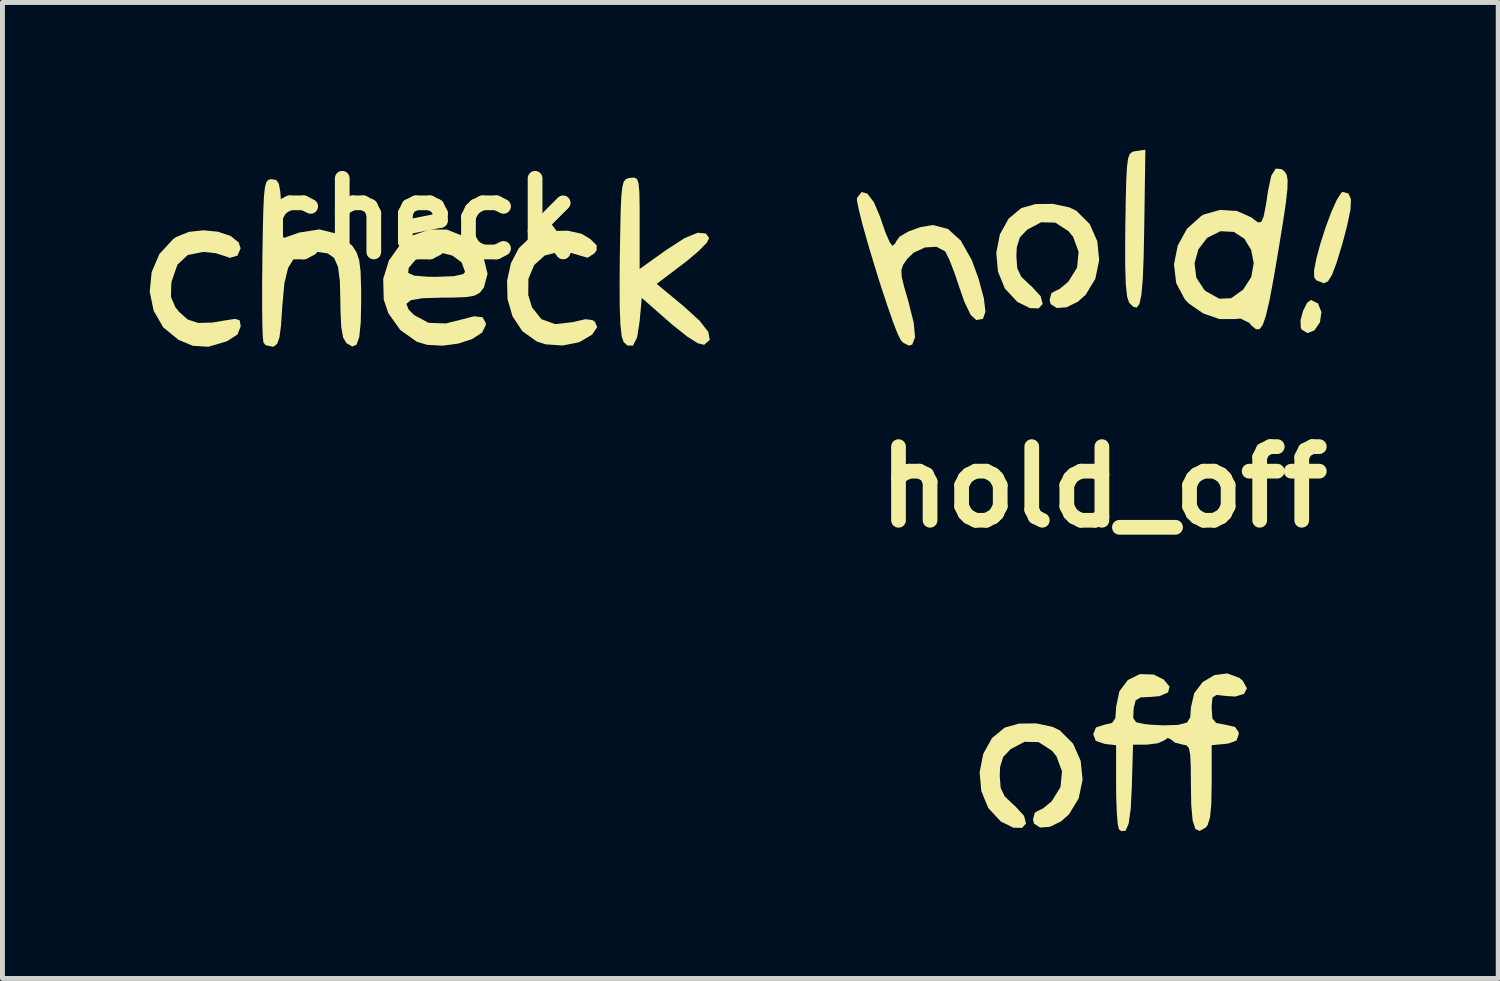
<source format=kicad_pcb>
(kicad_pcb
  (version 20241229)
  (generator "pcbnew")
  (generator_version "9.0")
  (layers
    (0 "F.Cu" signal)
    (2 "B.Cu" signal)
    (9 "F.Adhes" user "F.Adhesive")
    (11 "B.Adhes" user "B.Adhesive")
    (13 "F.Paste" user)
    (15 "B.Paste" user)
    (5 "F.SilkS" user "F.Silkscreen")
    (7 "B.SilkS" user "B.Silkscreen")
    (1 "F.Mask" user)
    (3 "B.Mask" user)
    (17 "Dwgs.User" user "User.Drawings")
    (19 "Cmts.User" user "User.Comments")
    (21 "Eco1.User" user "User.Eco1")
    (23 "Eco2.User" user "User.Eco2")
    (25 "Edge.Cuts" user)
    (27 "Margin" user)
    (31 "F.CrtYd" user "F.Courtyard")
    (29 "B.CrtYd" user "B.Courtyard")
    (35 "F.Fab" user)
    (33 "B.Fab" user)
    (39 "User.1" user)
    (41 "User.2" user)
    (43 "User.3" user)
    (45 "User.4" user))
  (footprint "hold_off"
    (layer "F.Cu")
    (at 19.432 6.87)
    (property "Reference" "hold_off" (at 0 0 0) (layer "F.SilkS") (effects (font (size 1.5 1.5) (thickness 0.3))))
    (attr board_only exclude_from_pos_files exclude_from_bom)
    (fp_poly (pts (xy 4.367 -3.739) (xy 4.436 -3.565) (xy 4.407 -3.355) (xy 4.293 -3.189) (xy 4.152 -3.134) (xy 4.035 -3.206) (xy 4.016 -3.245) (xy 4.011 -3.397) (xy 4.063 -3.59) (xy 4.144 -3.751) (xy 4.221 -3.81)) (stroke (width 0) (type solid)) (fill yes) (layer "F.SilkS"))
    (fp_poly (pts (xy 4.986 -5.978) (xy 5.038 -5.864) (xy 5.028 -5.649) (xy 4.958 -5.312) (xy 4.864 -4.959) (xy 4.746 -4.569) (xy 4.652 -4.32) (xy 4.569 -4.188) (xy 4.487 -4.149) (xy 4.485 -4.149) (xy 4.333 -4.21) (xy 4.289 -4.271) (xy 4.287 -4.417) (xy 4.336 -4.665) (xy 4.42 -4.973) (xy 4.526 -5.301) (xy 4.641 -5.608) (xy 4.751 -5.852) (xy 4.841 -5.993) (xy 4.874 -6.011)) (stroke (width 0) (type solid)) (fill yes) (layer "F.SilkS"))
    (fp_poly (pts (xy 0.827 -5.284) (xy 0.815 -4.679) (xy 0.797 -4.229) (xy 0.77 -3.918) (xy 0.73 -3.731) (xy 0.675 -3.654) (xy 0.602 -3.671) (xy 0.519 -3.755) (xy 0.479 -3.872) (xy 0.452 -4.119) (xy 0.439 -4.507) (xy 0.439 -5.048) (xy 0.442 -5.345) (xy 0.451 -5.876) (xy 0.461 -6.261) (xy 0.476 -6.524) (xy 0.498 -6.69) (xy 0.532 -6.783) (xy 0.58 -6.825) (xy 0.646 -6.841) (xy 0.658 -6.843) (xy 0.85 -6.87)) (stroke (width 0) (type solid)) (fill yes) (layer "F.SilkS"))
    (fp_poly (pts (xy -1.039 4.887) (xy -0.894 4.958) (xy -0.623 5.228) (xy -0.468 5.578) (xy -0.429 5.964) (xy -0.508 6.342) (xy -0.705 6.668) (xy -0.865 6.811) (xy -1.096 6.923) (xy -1.295 6.938) (xy -1.419 6.857) (xy -1.439 6.773) (xy -1.402 6.636) (xy -1.351 6.604) (xy -1.236 6.549) (xy -1.073 6.415) (xy -1.054 6.396) (xy -0.879 6.113) (xy -0.848 5.793) (xy -0.961 5.487) (xy -1.054 5.372) (xy -1.324 5.198) (xy -1.611 5.191) (xy -1.894 5.34) (xy -2.045 5.498) (xy -2.108 5.7) (xy -2.117 5.882) (xy -2.098 6.13) (xy -2.016 6.302) (xy -1.831 6.478) (xy -1.807 6.497) (xy -1.622 6.698) (xy -1.581 6.855) (xy -1.661 6.945) (xy -1.838 6.941) (xy -2.089 6.817) (xy -2.098 6.811) (xy -2.35 6.541) (xy -2.492 6.194) (xy -2.526 5.812) (xy -2.453 5.438) (xy -2.275 5.117) (xy -2.018 4.903) (xy -1.727 4.82) (xy -1.372 4.816)) (stroke (width 0) (type solid)) (fill yes) (layer "F.SilkS"))
    (fp_poly (pts (xy -0.7 -5.696) (xy -0.555 -5.626) (xy -0.284 -5.356) (xy -0.129 -5.005) (xy -0.091 -4.619) (xy -0.169 -4.241) (xy -0.366 -3.915) (xy -0.526 -3.773) (xy -0.757 -3.66) (xy -0.956 -3.646) (xy -1.08 -3.726) (xy -1.101 -3.81) (xy -1.064 -3.948) (xy -1.012 -3.979) (xy -0.897 -4.034) (xy -0.734 -4.169) (xy -0.716 -4.187) (xy -0.541 -4.47) (xy -0.51 -4.79) (xy -0.622 -5.096) (xy -0.716 -5.211) (xy -0.985 -5.385) (xy -1.272 -5.392) (xy -1.555 -5.243) (xy -1.706 -5.085) (xy -1.769 -4.883) (xy -1.778 -4.701) (xy -1.759 -4.454) (xy -1.677 -4.281) (xy -1.492 -4.105) (xy -1.468 -4.086) (xy -1.283 -3.886) (xy -1.242 -3.728) (xy -1.323 -3.638) (xy -1.5 -3.643) (xy -1.75 -3.766) (xy -1.76 -3.773) (xy -2.012 -4.042) (xy -2.153 -4.389) (xy -2.187 -4.771) (xy -2.114 -5.145) (xy -1.936 -5.466) (xy -1.679 -5.68) (xy -1.388 -5.763) (xy -1.034 -5.767)) (stroke (width 0) (type solid)) (fill yes) (layer "F.SilkS"))
    (fp_poly (pts (xy -4.812 -5.975) (xy -4.681 -5.803) (xy -4.554 -5.504) (xy -4.533 -5.44) (xy -4.439 -5.17) (xy -4.355 -4.98) (xy -4.3 -4.911) (xy -4.235 -4.975) (xy -4.233 -4.993) (xy -4.159 -5.098) (xy -3.974 -5.206) (xy -3.734 -5.293) (xy -3.496 -5.333) (xy -3.469 -5.334) (xy -3.171 -5.256) (xy -2.911 -5.02) (xy -2.686 -4.622) (xy -2.55 -4.25) (xy -2.439 -3.84) (xy -2.408 -3.568) (xy -2.459 -3.425) (xy -2.592 -3.401) (xy -2.597 -3.402) (xy -2.709 -3.505) (xy -2.838 -3.775) (xy -2.935 -4.054) (xy -3.042 -4.371) (xy -3.144 -4.632) (xy -3.222 -4.788) (xy -3.231 -4.8) (xy -3.406 -4.893) (xy -3.641 -4.879) (xy -3.874 -4.77) (xy -4.002 -4.645) (xy -4.083 -4.527) (xy -4.12 -4.421) (xy -4.113 -4.281) (xy -4.06 -4.062) (xy -3.978 -3.782) (xy -3.868 -3.343) (xy -3.842 -3.049) (xy -3.899 -2.9) (xy -3.966 -2.879) (xy -4.082 -2.937) (xy -4.128 -2.985) (xy -4.195 -3.116) (xy -4.294 -3.372) (xy -4.414 -3.717) (xy -4.547 -4.12) (xy -4.68 -4.548) (xy -4.805 -4.966) (xy -4.911 -5.343) (xy -4.987 -5.645) (xy -5.025 -5.839) (xy -5.024 -5.889) (xy -4.93 -6.008)) (stroke (width 0) (type solid)) (fill yes) (layer "F.SilkS"))
    (fp_poly (pts (xy 3.625 -6.475) (xy 3.69 -6.422) (xy 3.73 -6.357) (xy 3.748 -6.247) (xy 3.743 -6.067) (xy 3.713 -5.794) (xy 3.655 -5.402) (xy 3.568 -4.869) (xy 3.566 -4.855) (xy 3.464 -4.256) (xy 3.38 -3.808) (xy 3.308 -3.496) (xy 3.242 -3.303) (xy 3.176 -3.214) (xy 3.103 -3.213) (xy 3.016 -3.284) (xy 2.964 -3.344) (xy 2.79 -3.431) (xy 2.662 -3.42) (xy 2.361 -3.42) (xy 2.031 -3.534) (xy 1.736 -3.736) (xy 1.654 -3.822) (xy 1.478 -4.153) (xy 1.433 -4.532) (xy 1.437 -4.554) (xy 1.852 -4.554) (xy 1.888 -4.264) (xy 2.049 -4.016) (xy 2.086 -3.985) (xy 2.355 -3.835) (xy 2.597 -3.845) (xy 2.84 -4.018) (xy 2.84 -4.018) (xy 3.007 -4.275) (xy 3.057 -4.559) (xy 3.004 -4.833) (xy 2.865 -5.058) (xy 2.652 -5.196) (xy 2.382 -5.21) (xy 2.378 -5.209) (xy 2.108 -5.074) (xy 1.929 -4.84) (xy 1.852 -4.554) (xy 1.437 -4.554) (xy 1.509 -4.916) (xy 1.697 -5.26) (xy 1.987 -5.52) (xy 2.041 -5.551) (xy 2.369 -5.644) (xy 2.716 -5.622) (xy 3.009 -5.492) (xy 3.051 -5.458) (xy 3.144 -5.389) (xy 3.209 -5.398) (xy 3.259 -5.509) (xy 3.306 -5.746) (xy 3.349 -6.034) (xy 3.415 -6.341) (xy 3.505 -6.486)) (stroke (width 0) (type solid)) (fill yes) (layer "F.SilkS"))
    (fp_poly (pts (xy 2.769 3.891) (xy 2.833 3.946) (xy 2.919 4.1) (xy 2.86 4.215) (xy 2.681 4.269) (xy 2.492 4.258) (xy 2.299 4.237) (xy 2.218 4.289) (xy 2.201 4.456) (xy 2.201 4.513) (xy 2.216 4.717) (xy 2.292 4.808) (xy 2.476 4.842) (xy 2.477 4.842) (xy 2.676 4.888) (xy 2.749 4.993) (xy 2.752 5.038) (xy 2.707 5.165) (xy 2.548 5.225) (xy 2.477 5.234) (xy 2.201 5.26) (xy 2.201 6.049) (xy 2.193 6.461) (xy 2.167 6.733) (xy 2.118 6.89) (xy 2.078 6.94) (xy 1.954 7.008) (xy 1.868 6.965) (xy 1.813 6.795) (xy 1.785 6.485) (xy 1.778 6.091) (xy 1.775 5.707) (xy 1.764 5.461) (xy 1.738 5.323) (xy 1.69 5.263) (xy 1.616 5.249) (xy 1.614 5.249) (xy 1.449 5.207) (xy 1.392 5.157) (xy 1.308 5.111) (xy 1.244 5.157) (xy 1.1 5.222) (xy 0.88 5.249) (xy 0.875 5.249) (xy 0.599 5.249) (xy 0.574 6.11) (xy 0.551 6.562) (xy 0.51 6.856) (xy 0.448 7.003) (xy 0.361 7.011) (xy 0.312 6.973) (xy 0.287 6.868) (xy 0.268 6.634) (xy 0.256 6.31) (xy 0.254 6.088) (xy 0.254 5.261) (xy 0.021 5.234) (xy -0.16 5.172) (xy -0.212 5.038) (xy -0.156 4.899) (xy 0.021 4.842) (xy 0.172 4.806) (xy 0.239 4.71) (xy 0.254 4.502) (xy 0.254 4.482) (xy 0.32 4.164) (xy 0.493 3.933) (xy 0.737 3.812) (xy 1.016 3.82) (xy 1.223 3.923) (xy 1.344 4.067) (xy 1.311 4.186) (xy 1.138 4.261) (xy 0.966 4.276) (xy 0.751 4.287) (xy 0.651 4.349) (xy 0.613 4.5) (xy 0.609 4.541) (xy 0.604 4.709) (xy 0.662 4.792) (xy 0.825 4.829) (xy 0.944 4.842) (xy 1.235 4.856) (xy 1.498 4.847) (xy 1.542 4.841) (xy 1.699 4.798) (xy 1.765 4.693) (xy 1.778 4.492) (xy 1.845 4.201) (xy 2.018 3.974) (xy 2.257 3.832) (xy 2.521 3.798)) (stroke (width 0) (type solid)) (fill yes) (layer "F.SilkS")))
  (footprint "check"
    (layer "F.Cu")
    (at 5.493 1.404)
    (property "Reference" "check" (at 0 0 0) (layer "F.SilkS") (effects (font (size 1.5 1.5) (thickness 0.3))))
    (attr board_only exclude_from_pos_files exclude_from_bom)
    (fp_poly (pts (xy 3.303 0.308) (xy 3.48 0.414) (xy 3.61 0.542) (xy 3.611 0.644) (xy 3.566 0.708) (xy 3.426 0.797) (xy 3.299 0.76) (xy 3.108 0.703) (xy 2.859 0.677) (xy 2.848 0.677) (xy 2.554 0.75) (xy 2.339 0.945) (xy 2.221 1.226) (xy 2.218 1.558) (xy 2.295 1.807) (xy 2.485 2.047) (xy 2.767 2.149) (xy 3.127 2.108) (xy 3.142 2.104) (xy 3.385 2.048) (xy 3.528 2.067) (xy 3.577 2.103) (xy 3.622 2.209) (xy 3.534 2.343) (xy 3.51 2.368) (xy 3.257 2.517) (xy 2.92 2.584) (xy 2.571 2.56) (xy 2.393 2.503) (xy 2.097 2.292) (xy 1.899 1.993) (xy 1.796 1.641) (xy 1.786 1.268) (xy 1.864 0.91) (xy 2.027 0.599) (xy 2.272 0.37) (xy 2.595 0.257) (xy 2.627 0.253) (xy 3.021 0.245)) (stroke (width 0) (type solid)) (fill yes) (layer "F.SilkS"))
    (fp_poly (pts (xy -4.101 0.267) (xy -3.846 0.352) (xy -3.68 0.485) (xy -3.641 0.604) (xy -3.706 0.753) (xy -3.86 0.799) (xy -3.987 0.755) (xy -4.149 0.704) (xy -4.385 0.679) (xy -4.411 0.679) (xy -4.72 0.742) (xy -4.929 0.938) (xy -5.045 1.273) (xy -5.054 1.333) (xy -5.06 1.597) (xy -4.972 1.801) (xy -4.896 1.897) (xy -4.72 2.054) (xy -4.51 2.124) (xy -4.218 2.117) (xy -3.958 2.073) (xy -3.752 2.042) (xy -3.661 2.071) (xy -3.641 2.18) (xy -3.641 2.195) (xy -3.704 2.359) (xy -3.911 2.492) (xy -3.934 2.502) (xy -4.298 2.61) (xy -4.616 2.59) (xy -4.905 2.47) (xy -5.217 2.216) (xy -5.413 1.876) (xy -5.493 1.488) (xy -5.454 1.091) (xy -5.297 0.722) (xy -5.02 0.42) (xy -4.956 0.375) (xy -4.701 0.271) (xy -4.401 0.237)) (stroke (width 0) (type solid)) (fill yes) (layer "F.SilkS"))
    (fp_poly (pts (xy 4.434 -0.807) (xy 4.466 -0.712) (xy 4.482 -0.525) (xy 4.487 -0.217) (xy 4.487 0.083) (xy 4.487 1.025) (xy 5.036 0.633) (xy 5.404 0.396) (xy 5.668 0.287) (xy 5.837 0.303) (xy 5.903 0.396) (xy 5.856 0.489) (xy 5.7 0.65) (xy 5.467 0.849) (xy 5.385 0.912) (xy 4.834 1.329) (xy 5.38 1.781) (xy 5.708 2.079) (xy 5.886 2.308) (xy 5.915 2.47) (xy 5.801 2.57) (xy 5.673 2.539) (xy 5.449 2.397) (xy 5.15 2.158) (xy 5.102 2.117) (xy 4.53 1.615) (xy 4.487 2.092) (xy 4.435 2.422) (xy 4.351 2.586) (xy 4.237 2.584) (xy 4.159 2.511) (xy 4.121 2.398) (xy 4.095 2.159) (xy 4.081 1.783) (xy 4.079 1.258) (xy 4.083 0.793) (xy 4.092 0.237) (xy 4.101 -0.173) (xy 4.114 -0.459) (xy 4.134 -0.645) (xy 4.163 -0.752) (xy 4.206 -0.805) (xy 4.264 -0.826) (xy 4.297 -0.831) (xy 4.38 -0.837)) (stroke (width 0) (type solid)) (fill yes) (layer "F.SilkS"))
    (fp_poly (pts (xy 0.561 0.223) (xy 0.904 0.361) (xy 1.095 0.515) (xy 1.313 0.816) (xy 1.389 1.122) (xy 1.315 1.401) (xy 1.304 1.418) (xy 1.228 1.512) (xy 1.123 1.569) (xy 0.948 1.598) (xy 0.664 1.608) (xy 0.464 1.609) (xy 0.066 1.621) (xy -0.173 1.661) (xy -0.265 1.736) (xy -0.219 1.852) (xy -0.106 1.965) (xy 0.186 2.122) (xy 0.54 2.135) (xy 0.818 2.065) (xy 1.115 1.989) (xy 1.288 2.009) (xy 1.353 2.128) (xy 1.355 2.162) (xy 1.278 2.321) (xy 1.076 2.452) (xy 0.794 2.545) (xy 0.474 2.588) (xy 0.161 2.571) (xy -0.05 2.509) (xy -0.387 2.271) (xy -0.632 1.927) (xy -0.726 1.649) (xy -0.737 1.226) (xy -0.699 1.105) (xy -0.228 1.105) (xy -0.104 1.161) (xy 0.169 1.183) (xy 0.339 1.185) (xy 0.699 1.172) (xy 0.893 1.13) (xy 0.931 1.086) (xy 0.859 0.889) (xy 0.673 0.753) (xy 0.425 0.689) (xy 0.163 0.71) (xy -0.063 0.826) (xy -0.085 0.847) (xy -0.217 1.004) (xy -0.228 1.105) (xy -0.699 1.105) (xy -0.622 0.856) (xy -0.408 0.553) (xy -0.122 0.336) (xy 0.21 0.22)) (stroke (width 0) (type solid)) (fill yes) (layer "F.SilkS"))
    (fp_poly (pts (xy -2.916 -0.787) (xy -2.862 -0.71) (xy -2.832 -0.54) (xy -2.813 -0.239) (xy -2.812 -0.202) (xy -2.787 0.401) (xy -2.441 0.282) (xy -2.037 0.219) (xy -1.671 0.31) (xy -1.372 0.548) (xy -1.356 0.568) (xy -1.277 0.692) (xy -1.226 0.847) (xy -1.198 1.071) (xy -1.187 1.404) (xy -1.185 1.657) (xy -1.194 2.109) (xy -1.224 2.408) (xy -1.28 2.568) (xy -1.366 2.605) (xy -1.485 2.537) (xy -1.553 2.424) (xy -1.592 2.203) (xy -1.608 1.849) (xy -1.609 1.72) (xy -1.619 1.279) (xy -1.658 0.98) (xy -1.738 0.798) (xy -1.872 0.706) (xy -2.072 0.678) (xy -2.107 0.677) (xy -2.367 0.706) (xy -2.552 0.806) (xy -2.674 1.003) (xy -2.75 1.319) (xy -2.792 1.779) (xy -2.794 1.807) (xy -2.819 2.181) (xy -2.85 2.417) (xy -2.895 2.547) (xy -2.96 2.602) (xy -2.985 2.609) (xy -3.132 2.579) (xy -3.177 2.522) (xy -3.19 2.405) (xy -3.199 2.147) (xy -3.203 1.776) (xy -3.203 1.322) (xy -3.198 0.813) (xy -3.198 0.802) (xy -3.189 0.243) (xy -3.179 -0.168) (xy -3.166 -0.455) (xy -3.146 -0.639) (xy -3.117 -0.744) (xy -3.076 -0.792) (xy -3.021 -0.804) (xy -3.006 -0.804)) (stroke (width 0) (type solid)) (fill yes) (layer "F.SilkS")))
  (gr_rect
    (start -3 -3)
    (end 27.47 16.882)
    (stroke (width 0.1) (type default))
    (fill no)
    (layer "Edge.Cuts")))
</source>
